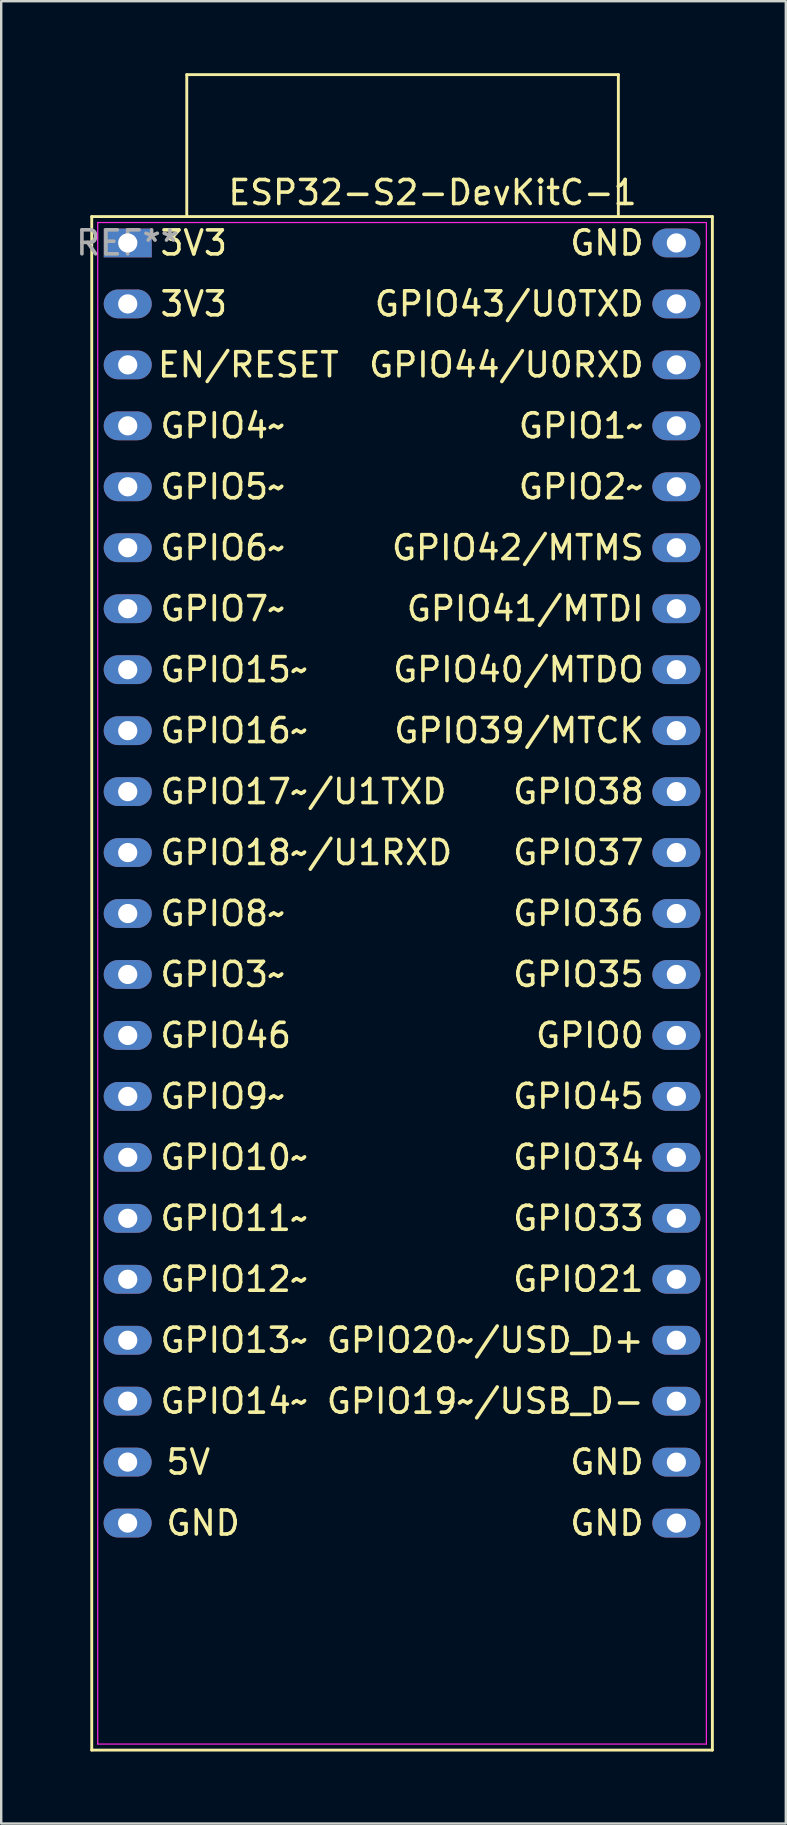
<source format=kicad_pcb>
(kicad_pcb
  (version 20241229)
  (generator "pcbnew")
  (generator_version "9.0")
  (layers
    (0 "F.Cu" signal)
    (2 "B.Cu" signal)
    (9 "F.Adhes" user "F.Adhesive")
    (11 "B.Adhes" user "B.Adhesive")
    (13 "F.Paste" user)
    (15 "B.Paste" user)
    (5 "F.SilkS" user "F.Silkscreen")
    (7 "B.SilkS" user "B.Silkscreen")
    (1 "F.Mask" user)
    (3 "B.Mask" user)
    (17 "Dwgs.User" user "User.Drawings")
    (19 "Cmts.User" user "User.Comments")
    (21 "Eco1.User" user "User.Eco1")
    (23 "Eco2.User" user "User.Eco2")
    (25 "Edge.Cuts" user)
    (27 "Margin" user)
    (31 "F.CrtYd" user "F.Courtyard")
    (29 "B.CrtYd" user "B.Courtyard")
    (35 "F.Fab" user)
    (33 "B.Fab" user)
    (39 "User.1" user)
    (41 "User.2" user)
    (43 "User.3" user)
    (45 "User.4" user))
  (footprint "ESP32-S2-DevKitC-1"
    (layer "F.Cu")
    (at 2.272 7.073)
    (property "Reference" "ESP32-S2-DevKitC-1" (at 12.7 -2.1 0) (layer "F.SilkS") (effects (font (size 1 1) (thickness 0.15))))
    (attr through_hole)
    (fp_line (start -1.5 62.797) (end 24.36 62.797) (stroke (width 0.12) (type solid)) (layer "F.SilkS"))
    (fp_line (start -1.5 -1.1) (end -1.5 62.797) (stroke (width 0.12) (type solid)) (layer "F.SilkS"))
    (fp_line (start 2.46 -7.013) (end 20.443 -7.013) (stroke (width 0.12) (type solid)) (layer "F.SilkS"))
    (fp_line (start 2.46 -1.12) (end 2.46 -7.013) (stroke (width 0.12) (type solid)) (layer "F.SilkS"))
    (fp_line (start 20.443 -7.013) (end 20.443 -1.12) (stroke (width 0.12) (type solid)) (layer "F.SilkS"))
    (fp_line (start 24.36 62.797) (end 24.36 -1.1) (stroke (width 0.12) (type solid)) (layer "F.SilkS"))
    (fp_line (start 24.36 -1.1) (end -1.5 -1.1) (stroke (width 0.12) (type solid)) (layer "F.SilkS"))
    (fp_line (start -1.25 -0.85) (end 24.11 -0.85) (stroke (width 0.05) (type solid)) (layer "F.CrtYd"))
    (fp_line (start -1.25 62.547) (end -1.25 -0.85) (stroke (width 0.05) (type solid)) (layer "F.CrtYd"))
    (fp_line (start 24.11 -0.85) (end 24.11 62.547) (stroke (width 0.05) (type solid)) (layer "F.CrtYd"))
    (fp_line (start 24.11 62.547) (end -1.25 62.547) (stroke (width 0.05) (type solid)) (layer "F.CrtYd"))
    (fp_text user "GND" (at 1.52 53.337 0) (unlocked yes) (layer "F.SilkS") (effects (font (size 1 1) (thickness 0.15)) (justify left)))
    (fp_text user "GPIO17~/U1TXD" (at 1.27 22.86 0) (unlocked yes) (layer "F.SilkS") (effects (font (size 1 1) (thickness 0.15)) (justify left)))
    (fp_text user "GPIO44/U0RXD" (at 21.59 5.08 0) (unlocked yes) (layer "F.SilkS") (effects (font (size 1 1) (thickness 0.15)) (justify right)))
    (fp_text user "GND" (at 21.59 50.8 0) (unlocked yes) (layer "F.SilkS") (effects (font (size 1 1) (thickness 0.15)) (justify right)))
    (fp_text user "GPIO21" (at 21.59 43.18 0) (unlocked yes) (layer "F.SilkS") (effects (font (size 1 1) (thickness 0.15)) (justify right)))
    (fp_text user "GPIO4~" (at 1.27 7.62 0) (unlocked yes) (layer "F.SilkS") (effects (font (size 1 1) (thickness 0.15)) (justify left)))
    (fp_text user "5V" (at 1.52 50.797 0) (unlocked yes) (layer "F.SilkS") (effects (font (size 1 1) (thickness 0.15)) (justify left)))
    (fp_text user "GPIO18~/U1RXD" (at 1.27 25.4 0) (unlocked yes) (layer "F.SilkS") (effects (font (size 1 1) (thickness 0.15)) (justify left)))
    (fp_text user "GPIO16~" (at 1.27 20.32 0) (unlocked yes) (layer "F.SilkS") (effects (font (size 1 1) (thickness 0.15)) (justify left)))
    (fp_text user "GPIO19~/USB_D-" (at 21.59 48.26 0) (unlocked yes) (layer "F.SilkS") (effects (font (size 1 1) (thickness 0.15)) (justify right)))
    (fp_text user "3V3" (at 1.27 2.54 0) (unlocked yes) (layer "F.SilkS") (effects (font (size 1 1) (thickness 0.15)) (justify left)))
    (fp_text user "EN/RESET" (at 8.886 5.077 0) (unlocked yes) (layer "F.SilkS") (effects (font (size 1 1) (thickness 0.15)) (justify right)))
    (fp_text user "GPIO10~" (at 1.27 38.1 0) (unlocked yes) (layer "F.SilkS") (effects (font (size 1 1) (thickness 0.15)) (justify left)))
    (fp_text user "GPIO35" (at 21.59 30.48 0) (unlocked yes) (layer "F.SilkS") (effects (font (size 1 1) (thickness 0.15)) (justify right)))
    (fp_text user "GPIO37" (at 21.59 25.4 0) (unlocked yes) (layer "F.SilkS") (effects (font (size 1 1) (thickness 0.15)) (justify right)))
    (fp_text user "GPIO14~" (at 1.27 48.26 0) (unlocked yes) (layer "F.SilkS") (effects (font (size 1 1) (thickness 0.15)) (justify left)))
    (fp_text user "GND" (at 21.59 53.34 0) (unlocked yes) (layer "F.SilkS") (effects (font (size 1 1) (thickness 0.15)) (justify right)))
    (fp_text user "GPIO40/MTDO" (at 21.59 17.78 0) (unlocked yes) (layer "F.SilkS") (effects (font (size 1 1) (thickness 0.15)) (justify right)))
    (fp_text user "GPIO7~" (at 1.27 15.24 0) (unlocked yes) (layer "F.SilkS") (effects (font (size 1 1) (thickness 0.15)) (justify left)))
    (fp_text user "GPIO38" (at 21.59 22.86 0) (unlocked yes) (layer "F.SilkS") (effects (font (size 1 1) (thickness 0.15)) (justify right)))
    (fp_text user "GPIO9~" (at 1.27 35.56 0) (unlocked yes) (layer "F.SilkS") (effects (font (size 1 1) (thickness 0.15)) (justify left)))
    (fp_text user "GPIO20~/USD_D+" (at 21.59 45.72 0) (unlocked yes) (layer "F.SilkS") (effects (font (size 1 1) (thickness 0.15)) (justify right)))
    (fp_text user "3V3" (at 1.27 0 0) (unlocked yes) (layer "F.SilkS") (effects (font (size 1 1) (thickness 0.15)) (justify left)))
    (fp_text user "GPIO11~" (at 1.27 40.64 0) (unlocked yes) (layer "F.SilkS") (effects (font (size 1 1) (thickness 0.15)) (justify left)))
    (fp_text user "GPIO13~" (at 1.27 45.72 0) (unlocked yes) (layer "F.SilkS") (effects (font (size 1 1) (thickness 0.15)) (justify left)))
    (fp_text user "GPIO15~" (at 1.27 17.78 0) (unlocked yes) (layer "F.SilkS") (effects (font (size 1 1) (thickness 0.15)) (justify left)))
    (fp_text user "GPIO2~" (at 21.59 10.16 0) (unlocked yes) (layer "F.SilkS") (effects (font (size 1 1) (thickness 0.15)) (justify right)))
    (fp_text user "GPIO43/U0TXD" (at 21.59 2.54 0) (unlocked yes) (layer "F.SilkS") (effects (font (size 1 1) (thickness 0.15)) (justify right)))
    (fp_text user "GPIO3~" (at 1.27 30.48 0) (unlocked yes) (layer "F.SilkS") (effects (font (size 1 1) (thickness 0.15)) (justify left)))
    (fp_text user "GPIO45" (at 21.59 35.56 0) (unlocked yes) (layer "F.SilkS") (effects (font (size 1 1) (thickness 0.15)) (justify right)))
    (fp_text user "GND" (at 21.59 0 0) (unlocked yes) (layer "F.SilkS") (effects (font (size 1 1) (thickness 0.15)) (justify right)))
    (fp_text user "GPIO5~" (at 1.27 10.16 0) (unlocked yes) (layer "F.SilkS") (effects (font (size 1 1) (thickness 0.15)) (justify left)))
    (fp_text user "GPIO36" (at 21.59 27.94 0) (unlocked yes) (layer "F.SilkS") (effects (font (size 1 1) (thickness 0.15)) (justify right)))
    (fp_text user "GPIO33" (at 21.59 40.64 0) (unlocked yes) (layer "F.SilkS") (effects (font (size 1 1) (thickness 0.15)) (justify right)))
    (fp_text user "GPIO8~" (at 1.27 27.94 0) (unlocked yes) (layer "F.SilkS") (effects (font (size 1 1) (thickness 0.15)) (justify left)))
    (fp_text user "GPIO42/MTMS" (at 21.59 12.7 0) (unlocked yes) (layer "F.SilkS") (effects (font (size 1 1) (thickness 0.15)) (justify right)))
    (fp_text user "GPIO6~" (at 1.27 12.7 0) (unlocked yes) (layer "F.SilkS") (effects (font (size 1 1) (thickness 0.15)) (justify left)))
    (fp_text user "GPIO12~" (at 1.27 43.18 0) (unlocked yes) (layer "F.SilkS") (effects (font (size 1 1) (thickness 0.15)) (justify left)))
    (fp_text user "GPIO1~" (at 21.59 7.62 0) (unlocked yes) (layer "F.SilkS") (effects (font (size 1 1) (thickness 0.15)) (justify right)))
    (fp_text user "GPIO0" (at 21.59 33.02 0) (unlocked yes) (layer "F.SilkS") (effects (font (size 1 1) (thickness 0.15)) (justify right)))
    (fp_text user "GPIO41/MTDI" (at 21.59 15.24 0) (unlocked yes) (layer "F.SilkS") (effects (font (size 1 1) (thickness 0.15)) (justify right)))
    (fp_text user "GPIO39/MTCK" (at 21.59 20.32 0) (unlocked yes) (layer "F.SilkS") (effects (font (size 1 1) (thickness 0.15)) (justify right)))
    (fp_text user "GPIO34" (at 21.59 38.1 0) (unlocked yes) (layer "F.SilkS") (effects (font (size 1 1) (thickness 0.15)) (justify right)))
    (fp_text user "GPIO46" (at 1.27 33.02 0) (unlocked yes) (layer "F.SilkS") (effects (font (size 1 1) (thickness 0.15)) (justify left)))
    (fp_text user "REF**" (at -0.004 -0.003 0) (layer "F.Fab") (effects (font (size 1 1) (thickness 0.15))))
    (pad "1" thru_hole rect (at 0 0 270) (size 1.2 2) (drill 0.8) (layers "*.Cu" "*.Mask"))
    (pad "2" thru_hole oval (at 0 2.54 270) (size 1.2 2) (drill 0.8) (layers "*.Cu" "*.Mask"))
    (pad "3" thru_hole oval (at 0 5.08 270) (size 1.2 2) (drill 0.8) (layers "*.Cu" "*.Mask"))
    (pad "4" thru_hole oval (at 0 7.62 270) (size 1.2 2) (drill 0.8) (layers "*.Cu" "*.Mask"))
    (pad "5" thru_hole oval (at 0 10.16 270) (size 1.2 2) (drill 0.8) (layers "*.Cu" "*.Mask"))
    (pad "6" thru_hole oval (at 0 12.7 270) (size 1.2 2) (drill 0.8) (layers "*.Cu" "*.Mask"))
    (pad "7" thru_hole oval (at 0 15.24 270) (size 1.2 2) (drill 0.8) (layers "*.Cu" "*.Mask"))
    (pad "8" thru_hole oval (at 0 17.78 270) (size 1.2 2) (drill 0.8) (layers "*.Cu" "*.Mask"))
    (pad "9" thru_hole oval (at 0 20.32 270) (size 1.2 2) (drill 0.8) (layers "*.Cu" "*.Mask"))
    (pad "10" thru_hole oval (at 0 22.86 270) (size 1.2 2) (drill 0.8) (layers "*.Cu" "*.Mask"))
    (pad "11" thru_hole oval (at 0 25.4 270) (size 1.2 2) (drill 0.8) (layers "*.Cu" "*.Mask"))
    (pad "12" thru_hole oval (at 0 27.94 270) (size 1.2 2) (drill 0.8) (layers "*.Cu" "*.Mask"))
    (pad "13" thru_hole oval (at 0 30.48 270) (size 1.2 2) (drill 0.8) (layers "*.Cu" "*.Mask"))
    (pad "14" thru_hole oval (at 0 33.02 270) (size 1.2 2) (drill 0.8) (layers "*.Cu" "*.Mask"))
    (pad "15" thru_hole oval (at 0 35.56 270) (size 1.2 2) (drill 0.8) (layers "*.Cu" "*.Mask"))
    (pad "16" thru_hole oval (at 0 38.1 270) (size 1.2 2) (drill 0.8) (layers "*.Cu" "*.Mask"))
    (pad "17" thru_hole oval (at 0 40.64 270) (size 1.2 2) (drill 0.8) (layers "*.Cu" "*.Mask"))
    (pad "18" thru_hole oval (at 0 43.18 270) (size 1.2 2) (drill 0.8) (layers "*.Cu" "*.Mask"))
    (pad "19" thru_hole oval (at 0 45.72 270) (size 1.2 2) (drill 0.8) (layers "*.Cu" "*.Mask"))
    (pad "20" thru_hole oval (at -0.004 48.257 270) (size 1.2 2) (drill 0.8) (layers "*.Cu" "*.Mask"))
    (pad "21" thru_hole oval (at -0.004 50.797 270) (size 1.2 2) (drill 0.8) (layers "*.Cu" "*.Mask"))
    (pad "22" thru_hole oval (at -0.004 53.337 270) (size 1.2 2) (drill 0.8) (layers "*.Cu" "*.Mask"))
    (pad "23" thru_hole oval (at 22.86 53.34 270) (size 1.2 2) (drill 0.8) (layers "*.Cu" "*.Mask"))
    (pad "24" thru_hole oval (at 22.86 50.8 270) (size 1.2 2) (drill 0.8) (layers "*.Cu" "*.Mask"))
    (pad "25" thru_hole oval (at 22.86 48.26 270) (size 1.2 2) (drill 0.8) (layers "*.Cu" "*.Mask"))
    (pad "26" thru_hole oval (at 22.86 45.72 270) (size 1.2 2) (drill 0.8) (layers "*.Cu" "*.Mask"))
    (pad "27" thru_hole oval (at 22.86 43.18 270) (size 1.2 2) (drill 0.8) (layers "*.Cu" "*.Mask"))
    (pad "28" thru_hole oval (at 22.86 40.64 270) (size 1.2 2) (drill 0.8) (layers "*.Cu" "*.Mask"))
    (pad "29" thru_hole oval (at 22.86 38.1 270) (size 1.2 2) (drill 0.8) (layers "*.Cu" "*.Mask"))
    (pad "30" thru_hole oval (at 22.86 35.56 270) (size 1.2 2) (drill 0.8) (layers "*.Cu" "*.Mask"))
    (pad "31" thru_hole oval (at 22.86 33.02 270) (size 1.2 2) (drill 0.8) (layers "*.Cu" "*.Mask"))
    (pad "32" thru_hole oval (at 22.86 30.48 270) (size 1.2 2) (drill 0.8) (layers "*.Cu" "*.Mask"))
    (pad "33" thru_hole oval (at 22.86 27.94 270) (size 1.2 2) (drill 0.8) (layers "*.Cu" "*.Mask"))
    (pad "34" thru_hole oval (at 22.86 25.4 270) (size 1.2 2) (drill 0.8) (layers "*.Cu" "*.Mask"))
    (pad "35" thru_hole oval (at 22.86 22.86 270) (size 1.2 2) (drill 0.8) (layers "*.Cu" "*.Mask"))
    (pad "36" thru_hole oval (at 22.86 20.32 270) (size 1.2 2) (drill 0.8) (layers "*.Cu" "*.Mask"))
    (pad "37" thru_hole oval (at 22.86 17.78 270) (size 1.2 2) (drill 0.8) (layers "*.Cu" "*.Mask"))
    (pad "38" thru_hole oval (at 22.86 15.24 270) (size 1.2 2) (drill 0.8) (layers "*.Cu" "*.Mask"))
    (pad "39" thru_hole oval (at 22.86 12.7 270) (size 1.2 2) (drill 0.8) (layers "*.Cu" "*.Mask"))
    (pad "40" thru_hole oval (at 22.86 10.16 270) (size 1.2 2) (drill 0.8) (layers "*.Cu" "*.Mask"))
    (pad "41" thru_hole oval (at 22.86 7.62 270) (size 1.2 2) (drill 0.8) (layers "*.Cu" "*.Mask"))
    (pad "42" thru_hole oval (at 22.86 5.08 270) (size 1.2 2) (drill 0.8) (layers "*.Cu" "*.Mask"))
    (pad "43" thru_hole oval (at 22.86 2.54 270) (size 1.2 2) (drill 0.8) (layers "*.Cu" "*.Mask"))
    (pad "44" thru_hole oval (at 22.86 0 270) (size 1.2 2) (drill 0.8) (layers "*.Cu" "*.Mask")))
  (gr_rect
    (start -3 -3)
    (end 29.692 72.93)
    (stroke (width 0.1) (type default))
    (fill no)
    (layer "Edge.Cuts")))
</source>
